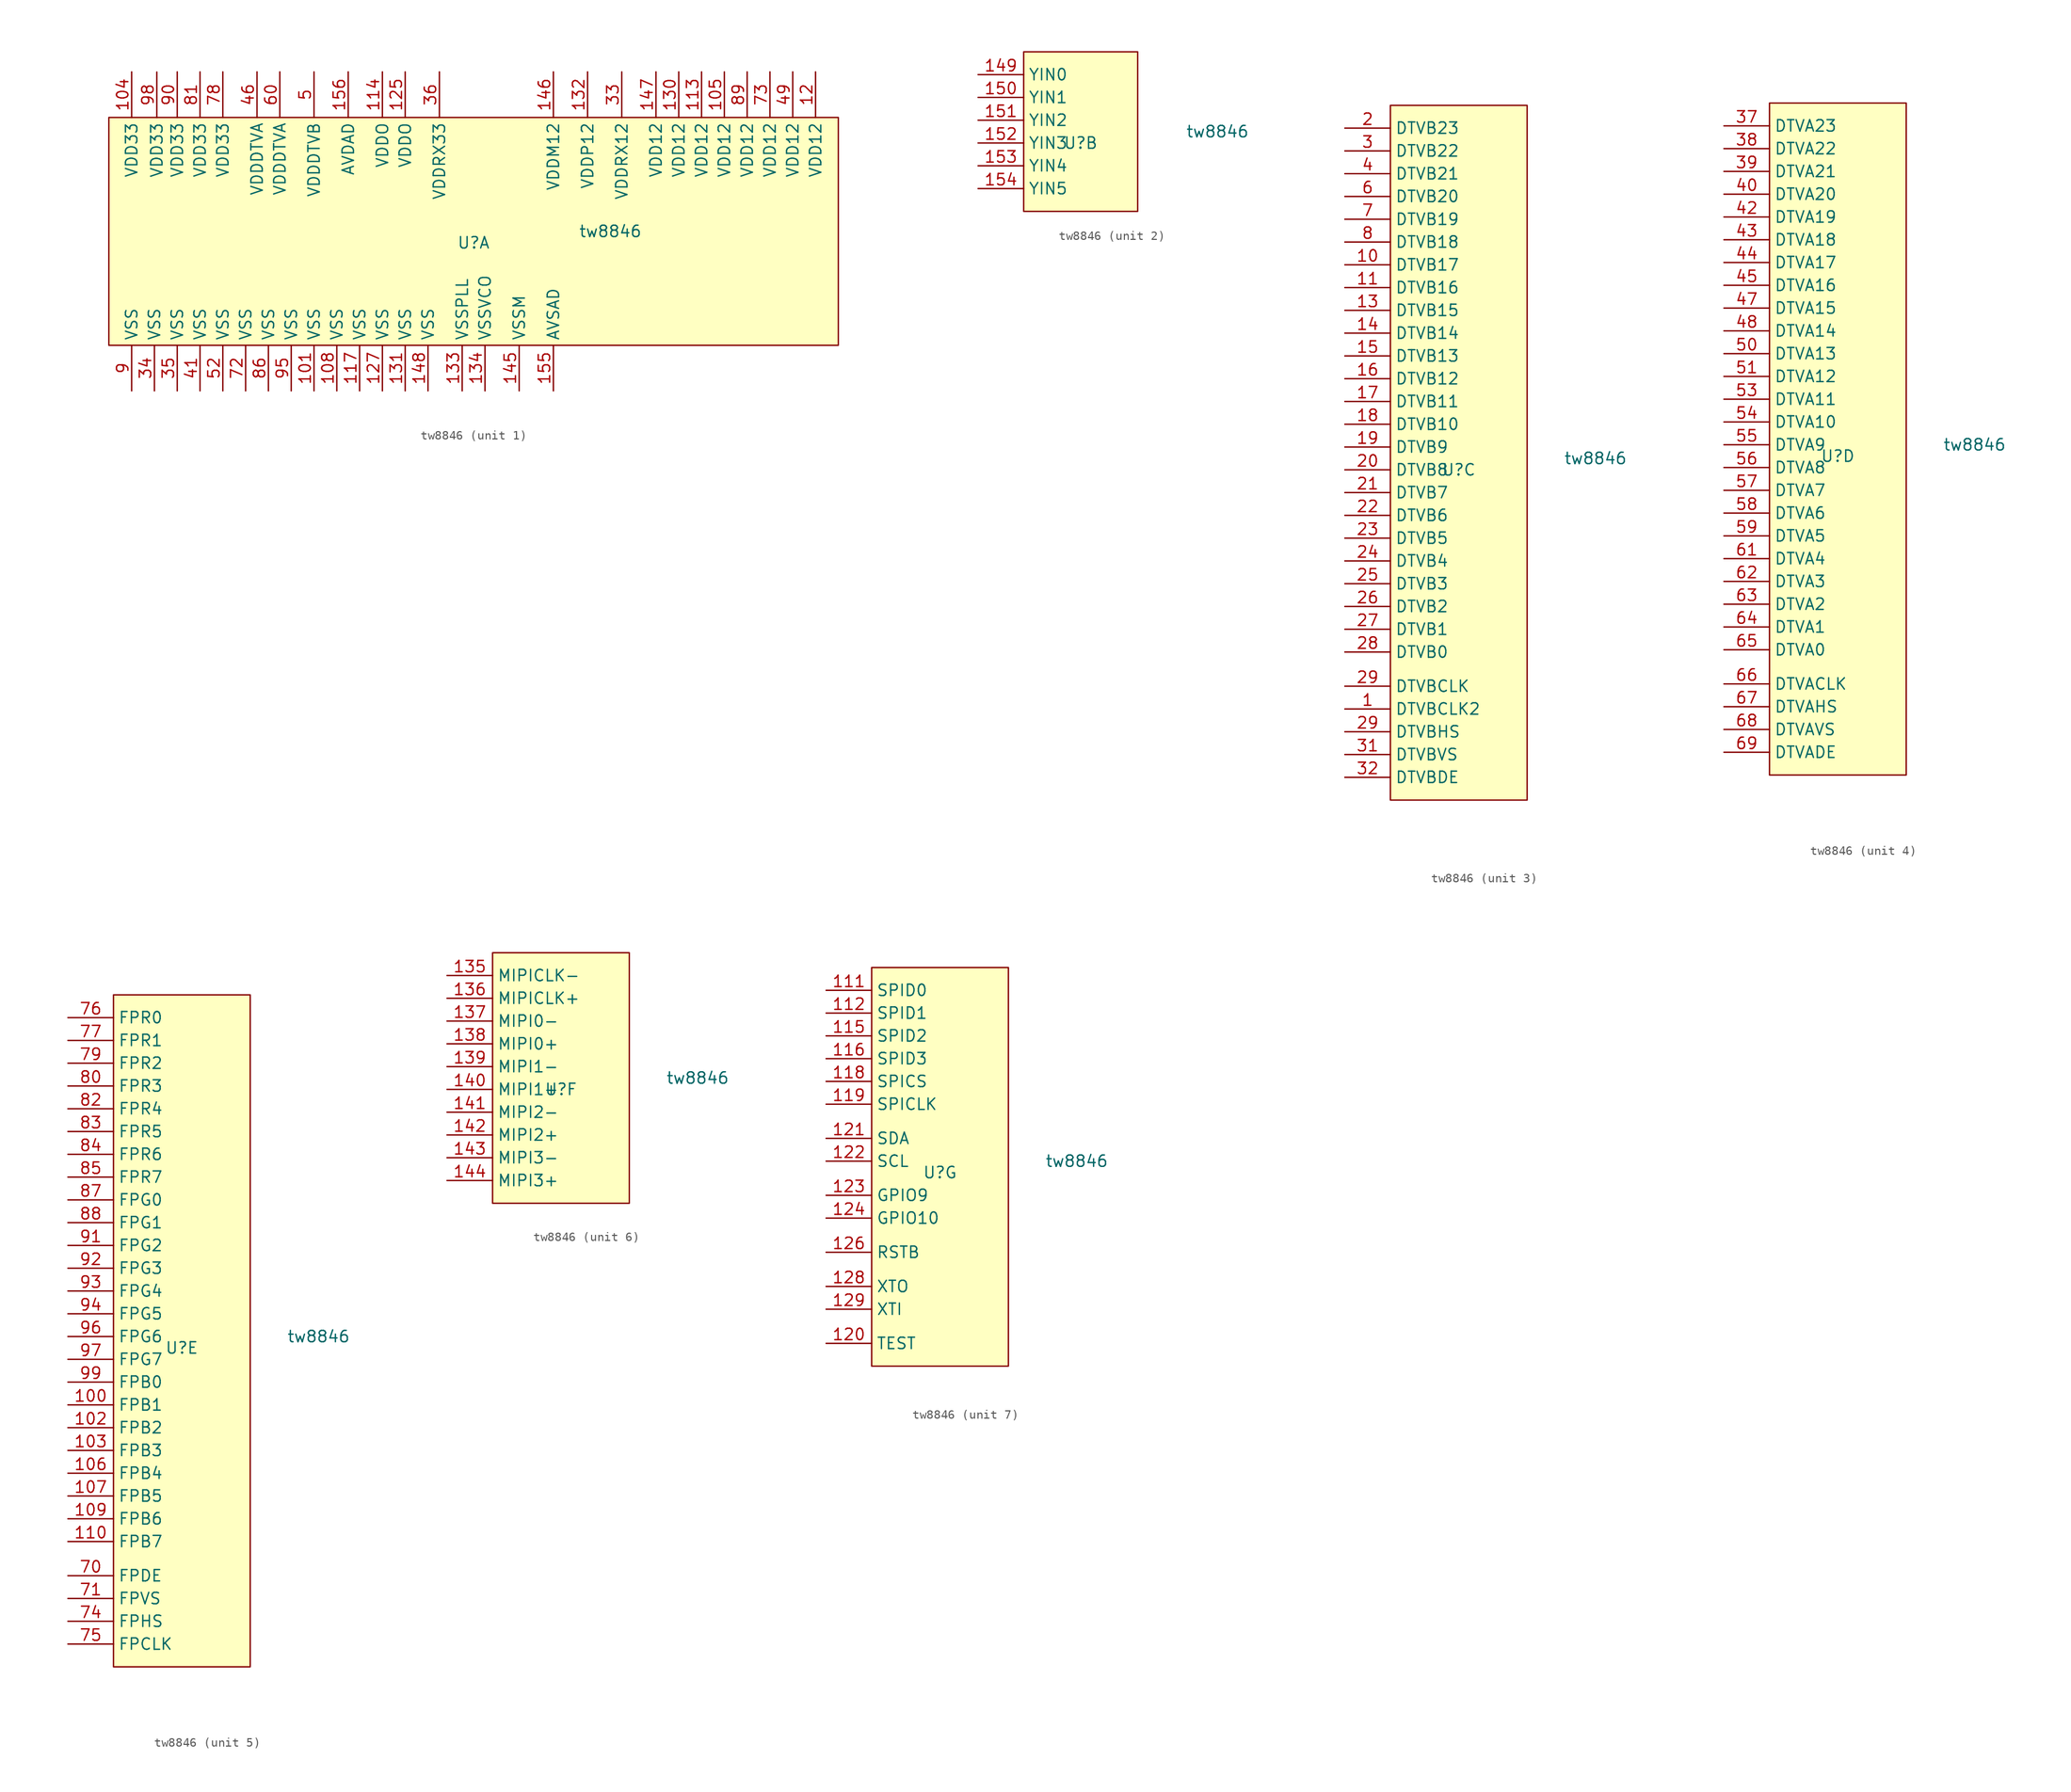
<source format=kicad_sym>
(kicad_symbol_lib
  (version 20220914)
  (generator kicad_symbol_editor)
  (symbol "tw8846"
    (property "Reference" "U"
      (at 0 -1.27 0)
      (effects (font (size 1.27 1.27))))
    (property "Value" "tw8846"
      (at 15.24 0 0)
      (effects (font (size 1.27 1.27))))
    (property "ki_locked" ""
      (at 0 0 0)
      (effects (font (size 1.27 1.27))))
    (symbol "tw8846_1_1"
      (rectangle (start -40.64 12.7) (end 40.64 -12.7) (stroke (width 0) (type default)) (fill (type background)))
      (pin power_in line (at -17.78 -17.78 90) (length 5.08) (name "VSS" (effects (font (size 1.27 1.27)))) (number "101" (effects (font (size 1.27 1.27)))))
      (pin power_in line (at -38.1 17.78 270) (length 5.08) (name "VDD33" (effects (font (size 1.27 1.27)))) (number "104" (effects (font (size 1.27 1.27)))))
      (pin power_in line (at 27.94 17.78 270) (length 5.08) (name "VDD12" (effects (font (size 1.27 1.27)))) (number "105" (effects (font (size 1.27 1.27)))))
      (pin power_in line (at -15.24 -17.78 90) (length 5.08) (name "VSS" (effects (font (size 1.27 1.27)))) (number "108" (effects (font (size 1.27 1.27)))))
      (pin power_in line (at 25.4 17.78 270) (length 5.08) (name "VDD12" (effects (font (size 1.27 1.27)))) (number "113" (effects (font (size 1.27 1.27)))))
      (pin power_in line (at -10.16 17.78 270) (length 5.08) (name "VDDO" (effects (font (size 1.27 1.27)))) (number "114" (effects (font (size 1.27 1.27)))))
      (pin power_in line (at -12.7 -17.78 90) (length 5.08) (name "VSS" (effects (font (size 1.27 1.27)))) (number "117" (effects (font (size 1.27 1.27)))))
      (pin power_in line (at 38.1 17.78 270) (length 5.08) (name "VDD12" (effects (font (size 1.27 1.27)))) (number "12" (effects (font (size 1.27 1.27)))))
      (pin power_in line (at -7.62 17.78 270) (length 5.08) (name "VDDO" (effects (font (size 1.27 1.27)))) (number "125" (effects (font (size 1.27 1.27)))))
      (pin power_in line (at -10.16 -17.78 90) (length 5.08) (name "VSS" (effects (font (size 1.27 1.27)))) (number "127" (effects (font (size 1.27 1.27)))))
      (pin power_in line (at 22.86 17.78 270) (length 5.08) (name "VDD12" (effects (font (size 1.27 1.27)))) (number "130" (effects (font (size 1.27 1.27)))))
      (pin power_in line (at -7.62 -17.78 90) (length 5.08) (name "VSS" (effects (font (size 1.27 1.27)))) (number "131" (effects (font (size 1.27 1.27)))))
      (pin power_in line (at 12.7 17.78 270) (length 5.08) (name "VDDP12" (effects (font (size 1.27 1.27)))) (number "132" (effects (font (size 1.27 1.27)))))
      (pin power_in line (at -1.27 -17.78 90) (length 5.08) (name "VSSPLL" (effects (font (size 1.27 1.27)))) (number "133" (effects (font (size 1.27 1.27)))))
      (pin power_in line (at 1.27 -17.78 90) (length 5.08) (name "VSSVCO" (effects (font (size 1.27 1.27)))) (number "134" (effects (font (size 1.27 1.27)))))
      (pin power_in line (at 5.08 -17.78 90) (length 5.08) (name "VSSM" (effects (font (size 1.27 1.27)))) (number "145" (effects (font (size 1.27 1.27)))))
      (pin power_in line (at 8.89 17.78 270) (length 5.08) (name "VDDM12" (effects (font (size 1.27 1.27)))) (number "146" (effects (font (size 1.27 1.27)))))
      (pin power_in line (at 20.32 17.78 270) (length 5.08) (name "VDD12" (effects (font (size 1.27 1.27)))) (number "147" (effects (font (size 1.27 1.27)))))
      (pin power_in line (at -5.08 -17.78 90) (length 5.08) (name "VSS" (effects (font (size 1.27 1.27)))) (number "148" (effects (font (size 1.27 1.27)))))
      (pin power_in line (at 8.89 -17.78 90) (length 5.08) (name "AVSAD" (effects (font (size 1.27 1.27)))) (number "155" (effects (font (size 1.27 1.27)))))
      (pin power_in line (at -13.97 17.78 270) (length 5.08) (name "AVDAD" (effects (font (size 1.27 1.27)))) (number "156" (effects (font (size 1.27 1.27)))))
      (pin power_in line (at 16.51 17.78 270) (length 5.08) (name "VDDRX12" (effects (font (size 1.27 1.27)))) (number "33" (effects (font (size 1.27 1.27)))))
      (pin power_in line (at -35.56 -17.78 90) (length 5.08) (name "VSS" (effects (font (size 1.27 1.27)))) (number "34" (effects (font (size 1.27 1.27)))))
      (pin power_in line (at -33.02 -17.78 90) (length 5.08) (name "VSS" (effects (font (size 1.27 1.27)))) (number "35" (effects (font (size 1.27 1.27)))))
      (pin power_in line (at -3.81 17.78 270) (length 5.08) (name "VDDRX33" (effects (font (size 1.27 1.27)))) (number "36" (effects (font (size 1.27 1.27)))))
      (pin power_in line (at -30.48 -17.78 90) (length 5.08) (name "VSS" (effects (font (size 1.27 1.27)))) (number "41" (effects (font (size 1.27 1.27)))))
      (pin power_in line (at -24.13 17.78 270) (length 5.08) (name "VDDDTVA" (effects (font (size 1.27 1.27)))) (number "46" (effects (font (size 1.27 1.27)))))
      (pin power_in line (at 35.56 17.78 270) (length 5.08) (name "VDD12" (effects (font (size 1.27 1.27)))) (number "49" (effects (font (size 1.27 1.27)))))
      (pin power_in line (at -17.78 17.78 270) (length 5.08) (name "VDDDTVB" (effects (font (size 1.27 1.27)))) (number "5" (effects (font (size 1.27 1.27)))))
      (pin power_in line (at -27.94 -17.78 90) (length 5.08) (name "VSS" (effects (font (size 1.27 1.27)))) (number "52" (effects (font (size 1.27 1.27)))))
      (pin power_in line (at -21.59 17.78 270) (length 5.08) (name "VDDDTVA" (effects (font (size 1.27 1.27)))) (number "60" (effects (font (size 1.27 1.27)))))
      (pin power_in line (at -25.4 -17.78 90) (length 5.08) (name "VSS" (effects (font (size 1.27 1.27)))) (number "72" (effects (font (size 1.27 1.27)))))
      (pin power_in line (at 33.02 17.78 270) (length 5.08) (name "VDD12" (effects (font (size 1.27 1.27)))) (number "73" (effects (font (size 1.27 1.27)))))
      (pin power_in line (at -27.94 17.78 270) (length 5.08) (name "VDD33" (effects (font (size 1.27 1.27)))) (number "78" (effects (font (size 1.27 1.27)))))
      (pin power_in line (at -30.48 17.78 270) (length 5.08) (name "VDD33" (effects (font (size 1.27 1.27)))) (number "81" (effects (font (size 1.27 1.27)))))
      (pin power_in line (at -22.86 -17.78 90) (length 5.08) (name "VSS" (effects (font (size 1.27 1.27)))) (number "86" (effects (font (size 1.27 1.27)))))
      (pin power_in line (at 30.48 17.78 270) (length 5.08) (name "VDD12" (effects (font (size 1.27 1.27)))) (number "89" (effects (font (size 1.27 1.27)))))
      (pin power_in line (at -38.1 -17.78 90) (length 5.08) (name "VSS" (effects (font (size 1.27 1.27)))) (number "9" (effects (font (size 1.27 1.27)))))
      (pin power_in line (at -33.02 17.78 270) (length 5.08) (name "VDD33" (effects (font (size 1.27 1.27)))) (number "90" (effects (font (size 1.27 1.27)))))
      (pin power_in line (at -20.32 -17.78 90) (length 5.08) (name "VSS" (effects (font (size 1.27 1.27)))) (number "95" (effects (font (size 1.27 1.27)))))
      (pin power_in line (at -35.295 17.764 270) (length 5.08) (name "VDD33" (effects (font (size 1.27 1.27)))) (number "98" (effects (font (size 1.27 1.27))))))
    (symbol "tw8846_2_1"
      (rectangle (start -6.35 8.89) (end 6.35 -8.89) (stroke (width 0) (type default)) (fill (type background)))
      (pin input line (at -11.43 6.35 0) (length 5.08) (name "YIN0" (effects (font (size 1.27 1.27)))) (number "149" (effects (font (size 1.27 1.27)))))
      (pin input line (at -11.43 3.81 0) (length 5.08) (name "YIN1" (effects (font (size 1.27 1.27)))) (number "150" (effects (font (size 1.27 1.27)))))
      (pin input line (at -11.43 1.27 0) (length 5.08) (name "YIN2" (effects (font (size 1.27 1.27)))) (number "151" (effects (font (size 1.27 1.27)))))
      (pin input line (at -11.43 -1.27 0) (length 5.08) (name "YIN3" (effects (font (size 1.27 1.27)))) (number "152" (effects (font (size 1.27 1.27)))))
      (pin input line (at -11.43 -3.81 0) (length 5.08) (name "YIN4" (effects (font (size 1.27 1.27)))) (number "153" (effects (font (size 1.27 1.27)))))
      (pin input line (at -11.43 -6.35 0) (length 5.08) (name "YIN5" (effects (font (size 1.27 1.27)))) (number "154" (effects (font (size 1.27 1.27))))))
    (symbol "tw8846_3_1"
      (rectangle (start -7.62 39.37) (end 7.62 -38.1) (stroke (width 0) (type default)) (fill (type background)))
      (pin input line (at -12.7 -27.94 0) (length 5.08) (name "DTVBCLK2" (effects (font (size 1.27 1.27)))) (number "1" (effects (font (size 1.27 1.27)))))
      (pin input line (at -12.7 21.59 0) (length 5.08) (name "DTVB17" (effects (font (size 1.27 1.27)))) (number "10" (effects (font (size 1.27 1.27)))))
      (pin input line (at -12.7 19.05 0) (length 5.08) (name "DTVB16" (effects (font (size 1.27 1.27)))) (number "11" (effects (font (size 1.27 1.27)))))
      (pin input line (at -12.7 16.51 0) (length 5.08) (name "DTVB15" (effects (font (size 1.27 1.27)))) (number "13" (effects (font (size 1.27 1.27)))))
      (pin input line (at -12.7 13.97 0) (length 5.08) (name "DTVB14" (effects (font (size 1.27 1.27)))) (number "14" (effects (font (size 1.27 1.27)))))
      (pin input line (at -12.7 11.43 0) (length 5.08) (name "DTVB13" (effects (font (size 1.27 1.27)))) (number "15" (effects (font (size 1.27 1.27)))))
      (pin input line (at -12.7 8.89 0) (length 5.08) (name "DTVB12" (effects (font (size 1.27 1.27)))) (number "16" (effects (font (size 1.27 1.27)))))
      (pin input line (at -12.7 6.35 0) (length 5.08) (name "DTVB11" (effects (font (size 1.27 1.27)))) (number "17" (effects (font (size 1.27 1.27)))))
      (pin input line (at -12.7 3.81 0) (length 5.08) (name "DTVB10" (effects (font (size 1.27 1.27)))) (number "18" (effects (font (size 1.27 1.27)))))
      (pin input line (at -12.7 1.27 0) (length 5.08) (name "DTVB9" (effects (font (size 1.27 1.27)))) (number "19" (effects (font (size 1.27 1.27)))))
      (pin input line (at -12.7 36.83 0) (length 5.08) (name "DTVB23" (effects (font (size 1.27 1.27)))) (number "2" (effects (font (size 1.27 1.27)))))
      (pin input line (at -12.7 -1.27 0) (length 5.08) (name "DTVB8" (effects (font (size 1.27 1.27)))) (number "20" (effects (font (size 1.27 1.27)))))
      (pin input line (at -12.7 -3.81 0) (length 5.08) (name "DTVB7" (effects (font (size 1.27 1.27)))) (number "21" (effects (font (size 1.27 1.27)))))
      (pin input line (at -12.7 -6.35 0) (length 5.08) (name "DTVB6" (effects (font (size 1.27 1.27)))) (number "22" (effects (font (size 1.27 1.27)))))
      (pin input line (at -12.7 -8.89 0) (length 5.08) (name "DTVB5" (effects (font (size 1.27 1.27)))) (number "23" (effects (font (size 1.27 1.27)))))
      (pin input line (at -12.7 -11.43 0) (length 5.08) (name "DTVB4" (effects (font (size 1.27 1.27)))) (number "24" (effects (font (size 1.27 1.27)))))
      (pin input line (at -12.7 -13.97 0) (length 5.08) (name "DTVB3" (effects (font (size 1.27 1.27)))) (number "25" (effects (font (size 1.27 1.27)))))
      (pin input line (at -12.7 -16.51 0) (length 5.08) (name "DTVB2" (effects (font (size 1.27 1.27)))) (number "26" (effects (font (size 1.27 1.27)))))
      (pin input line (at -12.7 -19.05 0) (length 5.08) (name "DTVB1" (effects (font (size 1.27 1.27)))) (number "27" (effects (font (size 1.27 1.27)))))
      (pin input line (at -12.7 -21.59 0) (length 5.08) (name "DTVB0" (effects (font (size 1.27 1.27)))) (number "28" (effects (font (size 1.27 1.27)))))
      (pin input line (at -12.7 -25.4 0) (length 5.08) (name "DTVBCLK" (effects (font (size 1.27 1.27)))) (number "29" (effects (font (size 1.27 1.27)))))
      (pin input line (at -12.7 -30.48 0) (length 5.08) (name "DTVBHS" (effects (font (size 1.27 1.27)))) (number "29" (effects (font (size 1.27 1.27)))))
      (pin input line (at -12.7 34.29 0) (length 5.08) (name "DTVB22" (effects (font (size 1.27 1.27)))) (number "3" (effects (font (size 1.27 1.27)))))
      (pin input line (at -12.7 -33.02 0) (length 5.08) (name "DTVBVS" (effects (font (size 1.27 1.27)))) (number "31" (effects (font (size 1.27 1.27)))))
      (pin input line (at -12.7 -35.56 0) (length 5.08) (name "DTVBDE" (effects (font (size 1.27 1.27)))) (number "32" (effects (font (size 1.27 1.27)))))
      (pin input line (at -12.7 31.75 0) (length 5.08) (name "DTVB21" (effects (font (size 1.27 1.27)))) (number "4" (effects (font (size 1.27 1.27)))))
      (pin input line (at -12.7 29.21 0) (length 5.08) (name "DTVB20" (effects (font (size 1.27 1.27)))) (number "6" (effects (font (size 1.27 1.27)))))
      (pin input line (at -12.7 26.67 0) (length 5.08) (name "DTVB19" (effects (font (size 1.27 1.27)))) (number "7" (effects (font (size 1.27 1.27)))))
      (pin input line (at -12.7 24.13 0) (length 5.08) (name "DTVB18" (effects (font (size 1.27 1.27)))) (number "8" (effects (font (size 1.27 1.27))))))
    (symbol "tw8846_4_1"
      (rectangle (start -7.62 38.1) (end 7.62 -36.83) (stroke (width 0) (type default)) (fill (type background)))
      (pin input line (at -12.7 35.56 0) (length 5.08) (name "DTVA23" (effects (font (size 1.27 1.27)))) (number "37" (effects (font (size 1.27 1.27)))))
      (pin input line (at -12.7 33.02 0) (length 5.08) (name "DTVA22" (effects (font (size 1.27 1.27)))) (number "38" (effects (font (size 1.27 1.27)))))
      (pin input line (at -12.7 30.48 0) (length 5.08) (name "DTVA21" (effects (font (size 1.27 1.27)))) (number "39" (effects (font (size 1.27 1.27)))))
      (pin input line (at -12.7 27.94 0) (length 5.08) (name "DTVA20" (effects (font (size 1.27 1.27)))) (number "40" (effects (font (size 1.27 1.27)))))
      (pin input line (at -12.7 25.4 0) (length 5.08) (name "DTVA19" (effects (font (size 1.27 1.27)))) (number "42" (effects (font (size 1.27 1.27)))))
      (pin input line (at -12.7 22.86 0) (length 5.08) (name "DTVA18" (effects (font (size 1.27 1.27)))) (number "43" (effects (font (size 1.27 1.27)))))
      (pin input line (at -12.7 20.32 0) (length 5.08) (name "DTVA17" (effects (font (size 1.27 1.27)))) (number "44" (effects (font (size 1.27 1.27)))))
      (pin input line (at -12.7 17.78 0) (length 5.08) (name "DTVA16" (effects (font (size 1.27 1.27)))) (number "45" (effects (font (size 1.27 1.27)))))
      (pin input line (at -12.7 15.24 0) (length 5.08) (name "DTVA15" (effects (font (size 1.27 1.27)))) (number "47" (effects (font (size 1.27 1.27)))))
      (pin input line (at -12.7 12.7 0) (length 5.08) (name "DTVA14" (effects (font (size 1.27 1.27)))) (number "48" (effects (font (size 1.27 1.27)))))
      (pin input line (at -12.7 10.16 0) (length 5.08) (name "DTVA13" (effects (font (size 1.27 1.27)))) (number "50" (effects (font (size 1.27 1.27)))))
      (pin input line (at -12.7 7.62 0) (length 5.08) (name "DTVA12" (effects (font (size 1.27 1.27)))) (number "51" (effects (font (size 1.27 1.27)))))
      (pin input line (at -12.7 5.08 0) (length 5.08) (name "DTVA11" (effects (font (size 1.27 1.27)))) (number "53" (effects (font (size 1.27 1.27)))))
      (pin input line (at -12.7 2.54 0) (length 5.08) (name "DTVA10" (effects (font (size 1.27 1.27)))) (number "54" (effects (font (size 1.27 1.27)))))
      (pin input line (at -12.7 0 0) (length 5.08) (name "DTVA9" (effects (font (size 1.27 1.27)))) (number "55" (effects (font (size 1.27 1.27)))))
      (pin input line (at -12.7 -2.54 0) (length 5.08) (name "DTVA8" (effects (font (size 1.27 1.27)))) (number "56" (effects (font (size 1.27 1.27)))))
      (pin input line (at -12.7 -5.08 0) (length 5.08) (name "DTVA7" (effects (font (size 1.27 1.27)))) (number "57" (effects (font (size 1.27 1.27)))))
      (pin input line (at -12.7 -7.62 0) (length 5.08) (name "DTVA6" (effects (font (size 1.27 1.27)))) (number "58" (effects (font (size 1.27 1.27)))))
      (pin input line (at -12.7 -10.16 0) (length 5.08) (name "DTVA5" (effects (font (size 1.27 1.27)))) (number "59" (effects (font (size 1.27 1.27)))))
      (pin input line (at -12.7 -12.7 0) (length 5.08) (name "DTVA4" (effects (font (size 1.27 1.27)))) (number "61" (effects (font (size 1.27 1.27)))))
      (pin input line (at -12.7 -15.24 0) (length 5.08) (name "DTVA3" (effects (font (size 1.27 1.27)))) (number "62" (effects (font (size 1.27 1.27)))))
      (pin input line (at -12.7 -17.78 0) (length 5.08) (name "DTVA2" (effects (font (size 1.27 1.27)))) (number "63" (effects (font (size 1.27 1.27)))))
      (pin input line (at -12.7 -20.32 0) (length 5.08) (name "DTVA1" (effects (font (size 1.27 1.27)))) (number "64" (effects (font (size 1.27 1.27)))))
      (pin input line (at -12.7 -22.86 0) (length 5.08) (name "DTVA0" (effects (font (size 1.27 1.27)))) (number "65" (effects (font (size 1.27 1.27)))))
      (pin input line (at -12.7 -26.67 0) (length 5.08) (name "DTVACLK" (effects (font (size 1.27 1.27)))) (number "66" (effects (font (size 1.27 1.27)))))
      (pin input line (at -12.7 -29.21 0) (length 5.08) (name "DTVAHS" (effects (font (size 1.27 1.27)))) (number "67" (effects (font (size 1.27 1.27)))))
      (pin input line (at -12.7 -31.75 0) (length 5.08) (name "DTVAVS" (effects (font (size 1.27 1.27)))) (number "68" (effects (font (size 1.27 1.27)))))
      (pin input line (at -12.7 -34.29 0) (length 5.08) (name "DTVADE" (effects (font (size 1.27 1.27)))) (number "69" (effects (font (size 1.27 1.27))))))
    (symbol "tw8846_5_1"
      (rectangle (start -7.62 38.1) (end 7.62 -36.83) (stroke (width 0) (type default)) (fill (type background)))
      (pin output line (at -12.7 -7.62 0) (length 5.08) (name "FPB1" (effects (font (size 1.27 1.27)))) (number "100" (effects (font (size 1.27 1.27)))))
      (pin output line (at -12.7 -10.16 0) (length 5.08) (name "FPB2" (effects (font (size 1.27 1.27)))) (number "102" (effects (font (size 1.27 1.27)))))
      (pin output line (at -12.7 -12.7 0) (length 5.08) (name "FPB3" (effects (font (size 1.27 1.27)))) (number "103" (effects (font (size 1.27 1.27)))))
      (pin output line (at -12.7 -15.24 0) (length 5.08) (name "FPB4" (effects (font (size 1.27 1.27)))) (number "106" (effects (font (size 1.27 1.27)))))
      (pin output line (at -12.7 -17.78 0) (length 5.08) (name "FPB5" (effects (font (size 1.27 1.27)))) (number "107" (effects (font (size 1.27 1.27)))))
      (pin output line (at -12.7 -20.32 0) (length 5.08) (name "FPB6" (effects (font (size 1.27 1.27)))) (number "109" (effects (font (size 1.27 1.27)))))
      (pin output line (at -12.7 -22.86 0) (length 5.08) (name "FPB7" (effects (font (size 1.27 1.27)))) (number "110" (effects (font (size 1.27 1.27)))))
      (pin input line (at -12.7 -26.67 0) (length 5.08) (name "FPDE" (effects (font (size 1.27 1.27)))) (number "70" (effects (font (size 1.27 1.27)))))
      (pin input line (at -12.7 -29.21 0) (length 5.08) (name "FPVS" (effects (font (size 1.27 1.27)))) (number "71" (effects (font (size 1.27 1.27)))))
      (pin input line (at -12.7 -31.75 0) (length 5.08) (name "FPHS" (effects (font (size 1.27 1.27)))) (number "74" (effects (font (size 1.27 1.27)))))
      (pin input line (at -12.7 -34.29 0) (length 5.08) (name "FPCLK" (effects (font (size 1.27 1.27)))) (number "75" (effects (font (size 1.27 1.27)))))
      (pin output line (at -12.7 35.56 0) (length 5.08) (name "FPR0" (effects (font (size 1.27 1.27)))) (number "76" (effects (font (size 1.27 1.27)))))
      (pin output line (at -12.7 33.02 0) (length 5.08) (name "FPR1" (effects (font (size 1.27 1.27)))) (number "77" (effects (font (size 1.27 1.27)))))
      (pin output line (at -12.7 30.48 0) (length 5.08) (name "FPR2" (effects (font (size 1.27 1.27)))) (number "79" (effects (font (size 1.27 1.27)))))
      (pin output line (at -12.7 27.94 0) (length 5.08) (name "FPR3" (effects (font (size 1.27 1.27)))) (number "80" (effects (font (size 1.27 1.27)))))
      (pin output line (at -12.7 25.4 0) (length 5.08) (name "FPR4" (effects (font (size 1.27 1.27)))) (number "82" (effects (font (size 1.27 1.27)))))
      (pin output line (at -12.7 22.86 0) (length 5.08) (name "FPR5" (effects (font (size 1.27 1.27)))) (number "83" (effects (font (size 1.27 1.27)))))
      (pin output line (at -12.7 20.32 0) (length 5.08) (name "FPR6" (effects (font (size 1.27 1.27)))) (number "84" (effects (font (size 1.27 1.27)))))
      (pin output line (at -12.7 17.78 0) (length 5.08) (name "FPR7" (effects (font (size 1.27 1.27)))) (number "85" (effects (font (size 1.27 1.27)))))
      (pin output line (at -12.7 15.24 0) (length 5.08) (name "FPG0" (effects (font (size 1.27 1.27)))) (number "87" (effects (font (size 1.27 1.27)))))
      (pin output line (at -12.7 12.7 0) (length 5.08) (name "FPG1" (effects (font (size 1.27 1.27)))) (number "88" (effects (font (size 1.27 1.27)))))
      (pin output line (at -12.7 10.16 0) (length 5.08) (name "FPG2" (effects (font (size 1.27 1.27)))) (number "91" (effects (font (size 1.27 1.27)))))
      (pin output line (at -12.7 7.62 0) (length 5.08) (name "FPG3" (effects (font (size 1.27 1.27)))) (number "92" (effects (font (size 1.27 1.27)))))
      (pin output line (at -12.7 5.08 0) (length 5.08) (name "FPG4" (effects (font (size 1.27 1.27)))) (number "93" (effects (font (size 1.27 1.27)))))
      (pin output line (at -12.7 2.54 0) (length 5.08) (name "FPG5" (effects (font (size 1.27 1.27)))) (number "94" (effects (font (size 1.27 1.27)))))
      (pin output line (at -12.7 0 0) (length 5.08) (name "FPG6" (effects (font (size 1.27 1.27)))) (number "96" (effects (font (size 1.27 1.27)))))
      (pin output line (at -12.7 -2.54 0) (length 5.08) (name "FPG7" (effects (font (size 1.27 1.27)))) (number "97" (effects (font (size 1.27 1.27)))))
      (pin output line (at -12.7 -5.08 0) (length 5.08) (name "FPB0" (effects (font (size 1.27 1.27)))) (number "99" (effects (font (size 1.27 1.27))))))
    (symbol "tw8846_6_1"
      (rectangle (start -7.62 13.97) (end 7.62 -13.97) (stroke (width 0) (type default)) (fill (type background)))
      (pin output line (at -12.7 11.43 0) (length 5.08) (name "MIPICLK-" (effects (font (size 1.27 1.27)))) (number "135" (effects (font (size 1.27 1.27)))))
      (pin output line (at -12.7 8.89 0) (length 5.08) (name "MIPICLK+" (effects (font (size 1.27 1.27)))) (number "136" (effects (font (size 1.27 1.27)))))
      (pin output line (at -12.7 6.35 0) (length 5.08) (name "MIPI0-" (effects (font (size 1.27 1.27)))) (number "137" (effects (font (size 1.27 1.27)))))
      (pin output line (at -12.7 3.81 0) (length 5.08) (name "MIPI0+" (effects (font (size 1.27 1.27)))) (number "138" (effects (font (size 1.27 1.27)))))
      (pin output line (at -12.7 1.27 0) (length 5.08) (name "MIPI1-" (effects (font (size 1.27 1.27)))) (number "139" (effects (font (size 1.27 1.27)))))
      (pin output line (at -12.7 -1.27 0) (length 5.08) (name "MIPI1+" (effects (font (size 1.27 1.27)))) (number "140" (effects (font (size 1.27 1.27)))))
      (pin output line (at -12.7 -3.81 0) (length 5.08) (name "MIPI2-" (effects (font (size 1.27 1.27)))) (number "141" (effects (font (size 1.27 1.27)))))
      (pin output line (at -12.7 -6.35 0) (length 5.08) (name "MIPI2+" (effects (font (size 1.27 1.27)))) (number "142" (effects (font (size 1.27 1.27)))))
      (pin output line (at -12.7 -8.89 0) (length 5.08) (name "MIPI3-" (effects (font (size 1.27 1.27)))) (number "143" (effects (font (size 1.27 1.27)))))
      (pin output line (at -12.7 -11.43 0) (length 5.08) (name "MIPI3+" (effects (font (size 1.27 1.27)))) (number "144" (effects (font (size 1.27 1.27))))))
    (symbol "tw8846_7_1"
      (rectangle (start -7.62 21.59) (end 7.62 -22.86) (stroke (width 0) (type default)) (fill (type background)))
      (pin output line (at -12.7 19.05 0) (length 5.08) (name "SPID0" (effects (font (size 1.27 1.27)))) (number "111" (effects (font (size 1.27 1.27)))))
      (pin output line (at -12.7 16.51 0) (length 5.08) (name "SPID1" (effects (font (size 1.27 1.27)))) (number "112" (effects (font (size 1.27 1.27)))))
      (pin output line (at -12.7 13.97 0) (length 5.08) (name "SPID2" (effects (font (size 1.27 1.27)))) (number "115" (effects (font (size 1.27 1.27)))))
      (pin output line (at -12.7 11.43 0) (length 5.08) (name "SPID3" (effects (font (size 1.27 1.27)))) (number "116" (effects (font (size 1.27 1.27)))))
      (pin output line (at -12.7 8.89 0) (length 5.08) (name "SPICS" (effects (font (size 1.27 1.27)))) (number "118" (effects (font (size 1.27 1.27)))))
      (pin output line (at -12.7 6.35 0) (length 5.08) (name "SPICLK" (effects (font (size 1.27 1.27)))) (number "119" (effects (font (size 1.27 1.27)))))
      (pin output line (at -12.7 -20.32 0) (length 5.08) (name "TEST" (effects (font (size 1.27 1.27)))) (number "120" (effects (font (size 1.27 1.27)))))
      (pin output line (at -12.7 2.54 0) (length 5.08) (name "SDA" (effects (font (size 1.27 1.27)))) (number "121" (effects (font (size 1.27 1.27)))))
      (pin output line (at -12.7 0 0) (length 5.08) (name "SCL" (effects (font (size 1.27 1.27)))) (number "122" (effects (font (size 1.27 1.27)))))
      (pin output line (at -12.7 -3.81 0) (length 5.08) (name "GPIO9" (effects (font (size 1.27 1.27)))) (number "123" (effects (font (size 1.27 1.27)))))
      (pin output line (at -12.7 -6.35 0) (length 5.08) (name "GPIO10" (effects (font (size 1.27 1.27)))) (number "124" (effects (font (size 1.27 1.27)))))
      (pin output line (at -12.7 -10.16 0) (length 5.08) (name "RSTB" (effects (font (size 1.27 1.27)))) (number "126" (effects (font (size 1.27 1.27)))))
      (pin output line (at -12.7 -13.97 0) (length 5.08) (name "XTO" (effects (font (size 1.27 1.27)))) (number "128" (effects (font (size 1.27 1.27)))))
      (pin output line (at -12.7 -16.51 0) (length 5.08) (name "XTI" (effects (font (size 1.27 1.27)))) (number "129" (effects (font (size 1.27 1.27))))))))
</source>
